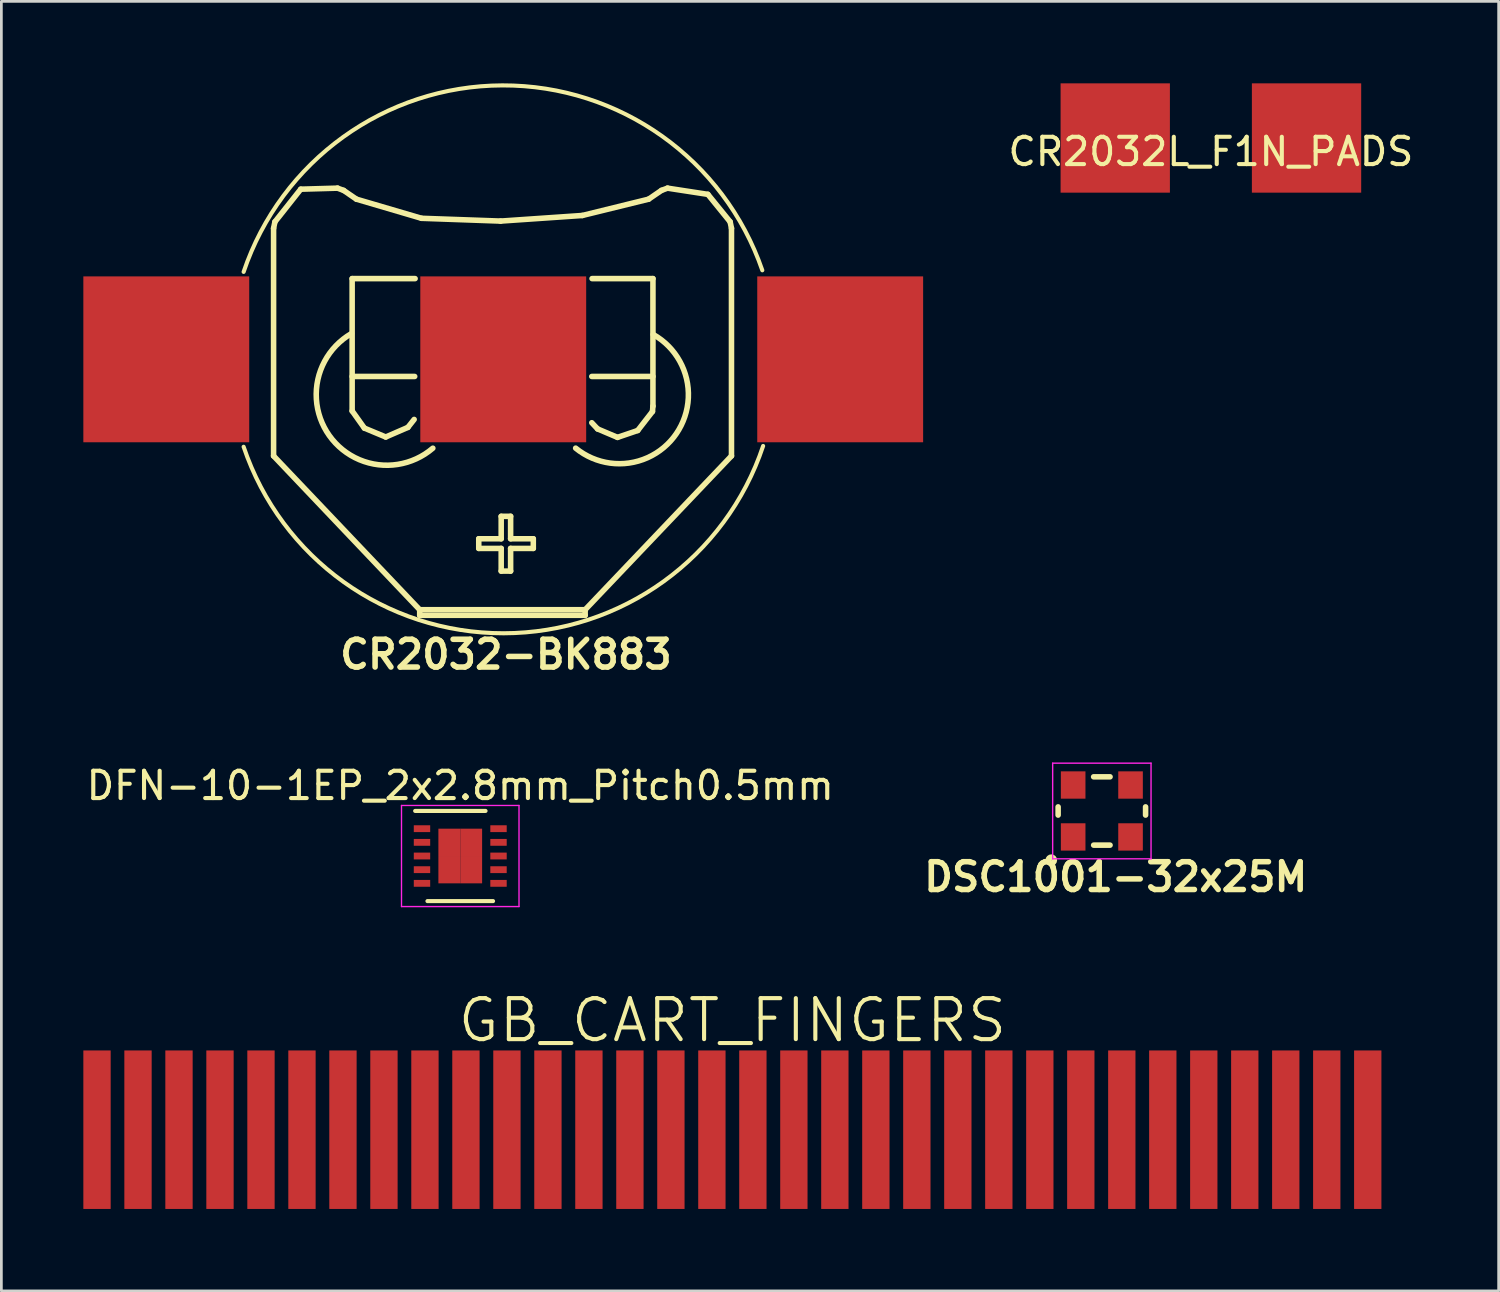
<source format=kicad_pcb>
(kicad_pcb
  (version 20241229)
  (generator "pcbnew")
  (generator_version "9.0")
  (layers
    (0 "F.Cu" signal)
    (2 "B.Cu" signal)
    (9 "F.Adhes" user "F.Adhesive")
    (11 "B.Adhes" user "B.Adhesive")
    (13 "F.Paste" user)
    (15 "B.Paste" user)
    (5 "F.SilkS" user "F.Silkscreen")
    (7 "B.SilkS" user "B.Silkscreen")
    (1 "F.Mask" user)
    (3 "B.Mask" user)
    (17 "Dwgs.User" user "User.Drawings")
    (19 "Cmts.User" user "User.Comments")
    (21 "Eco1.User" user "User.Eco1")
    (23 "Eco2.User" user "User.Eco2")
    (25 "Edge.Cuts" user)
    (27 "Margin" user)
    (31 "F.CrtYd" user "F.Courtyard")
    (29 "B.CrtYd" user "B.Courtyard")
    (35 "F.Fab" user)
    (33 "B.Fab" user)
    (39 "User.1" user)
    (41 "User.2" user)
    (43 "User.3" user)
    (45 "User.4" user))
  (footprint "CR2032L_F1N_PADS"
    (layer "F.Cu")
    (at 41.26 2)
    (property "Reference" "CR2032L_F1N_PADS" (at 0 0.5 0) (layer "F.SilkS") (effects (font (size 1 1) (thickness 0.15))))
    (attr through_hole)
    (pad "1" smd rect (at -3.5 0) (size 4 4) (layers "F.Cu" "F.Mask" "F.Paste"))
    (pad "2" smd rect (at 3.5 0) (size 4 4) (layers "F.Cu" "F.Mask" "F.Paste")))
  (footprint "DSC1001-32x25M"
    (layer "F.Cu")
    (at 37.27 26.626)
    (property "Reference" "DSC1001-32x25M" (at 0.508 2.413 0) (layer "F.SilkS") (effects (font (size 1.016 1.016) (thickness 0.203))))
    (attr through_hole)
    (fp_line (start -1.6 0.15) (end -1.6 -0.15) (stroke (width 0.203) (type solid)) (layer "F.SilkS"))
    (fp_line (start -0.3 -1.25) (end 0.3 -1.25) (stroke (width 0.203) (type solid)) (layer "F.SilkS"))
    (fp_line (start -0.3 1.25) (end 0.3 1.25) (stroke (width 0.203) (type solid)) (layer "F.SilkS"))
    (fp_line (start 1.6 0.15) (end 1.6 -0.15) (stroke (width 0.203) (type solid)) (layer "F.SilkS"))
    (fp_circle (center -1.85 1.8) (end -1.75 1.75) (stroke (width 0.203) (type solid)) (fill no) (layer "F.SilkS"))
    (fp_line (start -1.8 -1.75) (end 1.8 -1.75) (stroke (width 0.051) (type solid)) (layer "F.CrtYd"))
    (fp_line (start -1.8 1.75) (end -1.8 -1.75) (stroke (width 0.051) (type solid)) (layer "F.CrtYd"))
    (fp_line (start 1.8 -1.75) (end 1.8 1.75) (stroke (width 0.051) (type solid)) (layer "F.CrtYd"))
    (fp_line (start 1.8 1.75) (end -1.8 1.75) (stroke (width 0.051) (type solid)) (layer "F.CrtYd"))
    (pad "1" smd rect (at -1.05 0.95) (size 0.9 1) (layers "F.Cu" "F.Mask" "F.Paste"))
    (pad "2" smd rect (at 1.05 0.95) (size 0.9 1) (layers "F.Cu" "F.Mask" "F.Paste"))
    (pad "3" smd rect (at 1.05 -0.95) (size 0.9 1) (layers "F.Cu" "F.Mask" "F.Paste"))
    (pad "4" smd rect (at -1.05 -0.95) (size 0.9 1) (layers "F.Cu" "F.Mask" "F.Paste")))
  (footprint "GB_CART_FINGERS"
    (layer "F.Cu")
    (at 23.75 38.289)
    (property "Reference" "GB_CART_FINGERS" (at 0 -4 0) (layer "F.SilkS") (effects (font (size 1.5 1.5) (thickness 0.15))))
    (attr through_hole)
    (pad "1" smd rect (at -23.25 0) (size 1 5.8) (layers "F.Cu" "F.Mask" "F.Paste"))
    (pad "2" smd rect (at -21.75 0) (size 1 5.8) (layers "F.Cu" "F.Mask" "F.Paste"))
    (pad "3" smd rect (at -20.25 0) (size 1 5.8) (layers "F.Cu" "F.Mask" "F.Paste"))
    (pad "4" smd rect (at -18.75 0) (size 1 5.8) (layers "F.Cu" "F.Mask" "F.Paste"))
    (pad "5" smd rect (at -17.25 0) (size 1 5.8) (layers "F.Cu" "F.Mask" "F.Paste"))
    (pad "6" smd rect (at -15.75 0) (size 1 5.8) (layers "F.Cu" "F.Mask" "F.Paste"))
    (pad "7" smd rect (at -14.25 0) (size 1 5.8) (layers "F.Cu" "F.Mask" "F.Paste"))
    (pad "8" smd rect (at -12.75 0) (size 1 5.8) (layers "F.Cu" "F.Mask" "F.Paste"))
    (pad "9" smd rect (at -11.25 0) (size 1 5.8) (layers "F.Cu" "F.Mask" "F.Paste"))
    (pad "10" smd rect (at -9.75 0) (size 1 5.8) (layers "F.Cu" "F.Mask" "F.Paste"))
    (pad "11" smd rect (at -8.25 0) (size 1 5.8) (layers "F.Cu" "F.Mask" "F.Paste"))
    (pad "12" smd rect (at -6.75 0) (size 1 5.8) (layers "F.Cu" "F.Mask" "F.Paste"))
    (pad "13" smd rect (at -5.25 0) (size 1 5.8) (layers "F.Cu" "F.Mask" "F.Paste"))
    (pad "14" smd rect (at -3.75 0) (size 1 5.8) (layers "F.Cu" "F.Mask" "F.Paste"))
    (pad "15" smd rect (at -2.25 0) (size 1 5.8) (layers "F.Cu" "F.Mask" "F.Paste"))
    (pad "16" smd rect (at -0.75 0) (size 1 5.8) (layers "F.Cu" "F.Mask" "F.Paste"))
    (pad "17" smd rect (at 0.75 0) (size 1 5.8) (layers "F.Cu" "F.Mask" "F.Paste"))
    (pad "18" smd rect (at 2.25 0) (size 1 5.8) (layers "F.Cu" "F.Mask" "F.Paste"))
    (pad "19" smd rect (at 3.75 0) (size 1 5.8) (layers "F.Cu" "F.Mask" "F.Paste"))
    (pad "20" smd rect (at 5.25 0) (size 1 5.8) (layers "F.Cu" "F.Mask" "F.Paste"))
    (pad "21" smd rect (at 6.75 0) (size 1 5.8) (layers "F.Cu" "F.Mask" "F.Paste"))
    (pad "22" smd rect (at 8.25 0) (size 1 5.8) (layers "F.Cu" "F.Mask" "F.Paste"))
    (pad "23" smd rect (at 9.75 0) (size 1 5.8) (layers "F.Cu" "F.Mask" "F.Paste"))
    (pad "24" smd rect (at 11.25 0) (size 1 5.8) (layers "F.Cu" "F.Mask" "F.Paste"))
    (pad "25" smd rect (at 12.75 0) (size 1 5.8) (layers "F.Cu" "F.Mask" "F.Paste"))
    (pad "26" smd rect (at 14.25 0) (size 1 5.8) (layers "F.Cu" "F.Mask" "F.Paste"))
    (pad "27" smd rect (at 15.75 0) (size 1 5.8) (layers "F.Cu" "F.Mask" "F.Paste"))
    (pad "28" smd rect (at 17.25 0) (size 1 5.8) (layers "F.Cu" "F.Mask" "F.Paste"))
    (pad "29" smd rect (at 18.75 0) (size 1 5.8) (layers "F.Cu" "F.Mask" "F.Paste"))
    (pad "30" smd rect (at 20.25 0) (size 1 5.8) (layers "F.Cu" "F.Mask" "F.Paste"))
    (pad "31" smd rect (at 21.75 0) (size 1 5.8) (layers "F.Cu" "F.Mask" "F.Paste"))
    (pad "32" smd rect (at 23.25 0) (size 1 5.8) (layers "F.Cu" "F.Mask" "F.Paste")))
  (footprint "DFN-10-1EP_2x2.8mm_Pitch0.5mm"
    (layer "F.Cu")
    (at 13.792 28.274)
    (property "Reference" "DFN-10-1EP_2x2.8mm_Pitch0.5mm" (at 0 -2.575 0) (layer "F.SilkS") (effects (font (size 1 1) (thickness 0.15))))
    (attr smd)
    (fp_line (start -1.65 -1.65) (end 0.925 -1.65) (stroke (width 0.15) (type solid)) (layer "F.SilkS"))
    (fp_line (start -1.2 1.65) (end 1.2 1.65) (stroke (width 0.15) (type solid)) (layer "F.SilkS"))
    (fp_line (start -2.15 -1.85) (end -2.15 1.85) (stroke (width 0.05) (type solid)) (layer "F.CrtYd"))
    (fp_line (start -2.15 -1.85) (end 2.15 -1.85) (stroke (width 0.05) (type solid)) (layer "F.CrtYd"))
    (fp_line (start -2.15 1.85) (end 2.15 1.85) (stroke (width 0.05) (type solid)) (layer "F.CrtYd"))
    (fp_line (start 2.15 -1.85) (end 2.15 1.85) (stroke (width 0.05) (type solid)) (layer "F.CrtYd"))
    (pad "1" smd rect (at -1.4 -1) (size 0.6 0.25) (layers "F.Cu" "F.Mask" "F.Paste"))
    (pad "2" smd rect (at -1.4 -0.5) (size 0.6 0.25) (layers "F.Cu" "F.Mask" "F.Paste"))
    (pad "3" smd rect (at -1.4 0) (size 0.6 0.25) (layers "F.Cu" "F.Mask" "F.Paste"))
    (pad "4" smd rect (at -1.4 0.5) (size 0.6 0.25) (layers "F.Cu" "F.Mask" "F.Paste"))
    (pad "5" smd rect (at -1.4 1) (size 0.6 0.25) (layers "F.Cu" "F.Mask" "F.Paste"))
    (pad "6" smd rect (at 1.4 1) (size 0.6 0.25) (layers "F.Cu" "F.Mask" "F.Paste"))
    (pad "7" smd rect (at 1.4 0.5) (size 0.6 0.25) (layers "F.Cu" "F.Mask" "F.Paste"))
    (pad "8" smd rect (at 1.4 0) (size 0.6 0.25) (layers "F.Cu" "F.Mask" "F.Paste"))
    (pad "9" smd rect (at 1.4 -0.5) (size 0.6 0.25) (layers "F.Cu" "F.Mask" "F.Paste"))
    (pad "10" smd rect (at 1.4 -1) (size 0.6 0.25) (layers "F.Cu" "F.Mask" "F.Paste"))
    (pad "11" smd rect (at -0.4 -0.5) (size 0.8 1) (layers "F.Cu" "F.Mask" "F.Paste"))
    (pad "11" smd rect (at -0.4 0.5) (size 0.8 1) (layers "F.Cu" "F.Mask" "F.Paste"))
    (pad "11" smd rect (at 0.4 -0.5) (size 0.8 1) (layers "F.Cu" "F.Mask" "F.Paste"))
    (pad "11" smd rect (at 0.4 0.5) (size 0.8 1) (layers "F.Cu" "F.Mask" "F.Paste")))
  (footprint "CR2032-BK883"
    (layer "F.Cu")
    (at 15.365 10.099)
    (property "Reference" "CR2032-BK883" (at 0.1 10.8 0) (layer "F.SilkS") (effects (font (size 1.016 1.016) (thickness 0.203))))
    (attr through_hole)
    (fp_line (start -8.404 -4.794) (end -8.404 3.535) (stroke (width 0.203) (type solid)) (layer "F.SilkS"))
    (fp_line (start -8.404 3.535) (end -3.057 9.162) (stroke (width 0.203) (type solid)) (layer "F.SilkS"))
    (fp_line (start -8.355 -5.032) (end -8.404 -4.794) (stroke (width 0.203) (type solid)) (layer "F.SilkS"))
    (fp_line (start -7.41 -6.226) (end -8.355 -5.032) (stroke (width 0.203) (type solid)) (layer "F.SilkS"))
    (fp_line (start -6.063 -6.264) (end -7.41 -6.226) (stroke (width 0.203) (type solid)) (layer "F.SilkS"))
    (fp_line (start -5.841 -6.182) (end -6.063 -6.264) (stroke (width 0.203) (type solid)) (layer "F.SilkS"))
    (fp_line (start -5.841 -6.182) (end -5.373 -5.861) (stroke (width 0.203) (type solid)) (layer "F.SilkS"))
    (fp_line (start -5.529 -2.954) (end -5.529 1.889) (stroke (width 0.203) (type solid)) (layer "F.SilkS"))
    (fp_line (start -5.529 0.627) (end -3.24 0.627) (stroke (width 0.203) (type solid)) (layer "F.SilkS"))
    (fp_line (start -5.529 1.889) (end -5.081 2.517) (stroke (width 0.203) (type solid)) (layer "F.SilkS"))
    (fp_line (start -5.373 -5.861) (end -2.993 -5.161) (stroke (width 0.203) (type solid)) (layer "F.SilkS"))
    (fp_line (start -5.081 2.517) (end -4.3 2.842) (stroke (width 0.203) (type solid)) (layer "F.SilkS"))
    (fp_line (start -4.3 2.842) (end -3.489 2.49) (stroke (width 0.203) (type solid)) (layer "F.SilkS"))
    (fp_line (start -3.489 2.49) (end -3.26 2.2) (stroke (width 0.203) (type solid)) (layer "F.SilkS"))
    (fp_line (start -3.225 -2.954) (end -5.529 -2.954) (stroke (width 0.203) (type solid)) (layer "F.SilkS"))
    (fp_line (start -3.057 9.162) (end -3.057 9.367) (stroke (width 0.203) (type solid)) (layer "F.SilkS"))
    (fp_line (start -3.057 9.162) (end 2.997 9.162) (stroke (width 0.203) (type solid)) (layer "F.SilkS"))
    (fp_line (start -3.057 9.367) (end 2.997 9.367) (stroke (width 0.203) (type solid)) (layer "F.SilkS"))
    (fp_line (start -2.993 -5.161) (end -0.096 -5.059) (stroke (width 0.203) (type solid)) (layer "F.SilkS"))
    (fp_line (start -0.896 6.566) (end -0.896 6.919) (stroke (width 0.203) (type solid)) (layer "F.SilkS"))
    (fp_line (start -0.896 6.919) (end -0.075 6.919) (stroke (width 0.203) (type solid)) (layer "F.SilkS"))
    (fp_line (start -0.096 -5.059) (end 2.894 -5.264) (stroke (width 0.203) (type solid)) (layer "F.SilkS"))
    (fp_line (start -0.075 5.745) (end -0.075 6.566) (stroke (width 0.203) (type solid)) (layer "F.SilkS"))
    (fp_line (start -0.075 6.566) (end -0.896 6.566) (stroke (width 0.203) (type solid)) (layer "F.SilkS"))
    (fp_line (start -0.075 6.919) (end -0.075 7.749) (stroke (width 0.203) (type solid)) (layer "F.SilkS"))
    (fp_line (start -0.075 7.749) (end 0.27 7.749) (stroke (width 0.203) (type solid)) (layer "F.SilkS"))
    (fp_line (start 0.27 5.745) (end -0.075 5.745) (stroke (width 0.203) (type solid)) (layer "F.SilkS"))
    (fp_line (start 0.27 5.745) (end 0.27 6.566) (stroke (width 0.203) (type solid)) (layer "F.SilkS"))
    (fp_line (start 0.27 6.919) (end 1.1 6.919) (stroke (width 0.203) (type solid)) (layer "F.SilkS"))
    (fp_line (start 0.27 7.749) (end 0.27 6.919) (stroke (width 0.203) (type solid)) (layer "F.SilkS"))
    (fp_line (start 1.1 6.566) (end 0.27 6.566) (stroke (width 0.203) (type solid)) (layer "F.SilkS"))
    (fp_line (start 1.1 6.919) (end 1.1 6.566) (stroke (width 0.203) (type solid)) (layer "F.SilkS"))
    (fp_line (start 2.894 -5.264) (end 5.321 -5.861) (stroke (width 0.203) (type solid)) (layer "F.SilkS"))
    (fp_line (start 2.997 9.162) (end 2.997 9.367) (stroke (width 0.203) (type solid)) (layer "F.SilkS"))
    (fp_line (start 3.24 2.32) (end 3.453 2.547) (stroke (width 0.203) (type solid)) (layer "F.SilkS"))
    (fp_line (start 3.453 2.547) (end 4.181 2.856) (stroke (width 0.203) (type solid)) (layer "F.SilkS"))
    (fp_line (start 4.181 2.856) (end 4.921 2.604) (stroke (width 0.203) (type solid)) (layer "F.SilkS"))
    (fp_line (start 4.921 2.604) (end 5.461 1.909) (stroke (width 0.203) (type solid)) (layer "F.SilkS"))
    (fp_line (start 5.321 -5.861) (end 5.79 -6.182) (stroke (width 0.203) (type solid)) (layer "F.SilkS"))
    (fp_line (start 5.461 1.909) (end 5.477 1.712) (stroke (width 0.203) (type solid)) (layer "F.SilkS"))
    (fp_line (start 5.478 -2.954) (end 3.25 -2.954) (stroke (width 0.203) (type solid)) (layer "F.SilkS"))
    (fp_line (start 5.478 0.627) (end 3.24 0.627) (stroke (width 0.203) (type solid)) (layer "F.SilkS"))
    (fp_line (start 5.478 1.712) (end 5.478 -2.954) (stroke (width 0.203) (type solid)) (layer "F.SilkS"))
    (fp_line (start 6.011 -6.264) (end 5.79 -6.182) (stroke (width 0.203) (type solid)) (layer "F.SilkS"))
    (fp_line (start 7.488 -6.037) (end 6.011 -6.264) (stroke (width 0.203) (type solid)) (layer "F.SilkS"))
    (fp_line (start 8.303 -5.032) (end 7.488 -6.037) (stroke (width 0.203) (type solid)) (layer "F.SilkS"))
    (fp_line (start 8.352 -4.794) (end 8.303 -5.032) (stroke (width 0.203) (type solid)) (layer "F.SilkS"))
    (fp_line (start 8.352 -4.794) (end 8.352 3.535) (stroke (width 0.203) (type solid)) (layer "F.SilkS"))
    (fp_line (start 8.352 3.535) (end 2.997 9.162) (stroke (width 0.203) (type solid)) (layer "F.SilkS"))
    (fp_arc (start -9.5 -3.2) (mid -0.03103 -10.024422) (end 9.480007 -3.258752) (stroke (width 0.15) (type solid)) (layer "F.SilkS"))
    (fp_arc (start -2.576564 3.252277) (mid -6.366503 2.788684) (end -5.5556 -0.9424) (stroke (width 0.2032) (type solid)) (layer "F.SilkS"))
    (fp_arc (start 5.489251 -0.909034) (mid 6.336022 2.717685) (end 2.65 3.25) (stroke (width 0.2032) (type solid)) (layer "F.SilkS"))
    (fp_arc (start 9.510047 3.170016) (mid 0.015811 10.024457) (end -9.5 3.2) (stroke (width 0.15) (type solid)) (layer "F.SilkS"))
    (pad "1" smd rect (at -12.33 0) (size 6.07 6.07) (layers "F.Cu" "F.Mask" "F.Paste"))
    (pad "1" smd rect (at 12.33 0) (size 6.07 6.07) (layers "F.Cu" "F.Mask" "F.Paste"))
    (pad "2" smd rect (at 0 0) (size 6.07 6.07) (layers "F.Cu" "F.Mask" "F.Paste")))
  (gr_rect
    (start -3 -3)
    (end 51.79 44.189)
    (stroke (width 0.1) (type default))
    (fill no)
    (layer "Edge.Cuts")))
</source>
